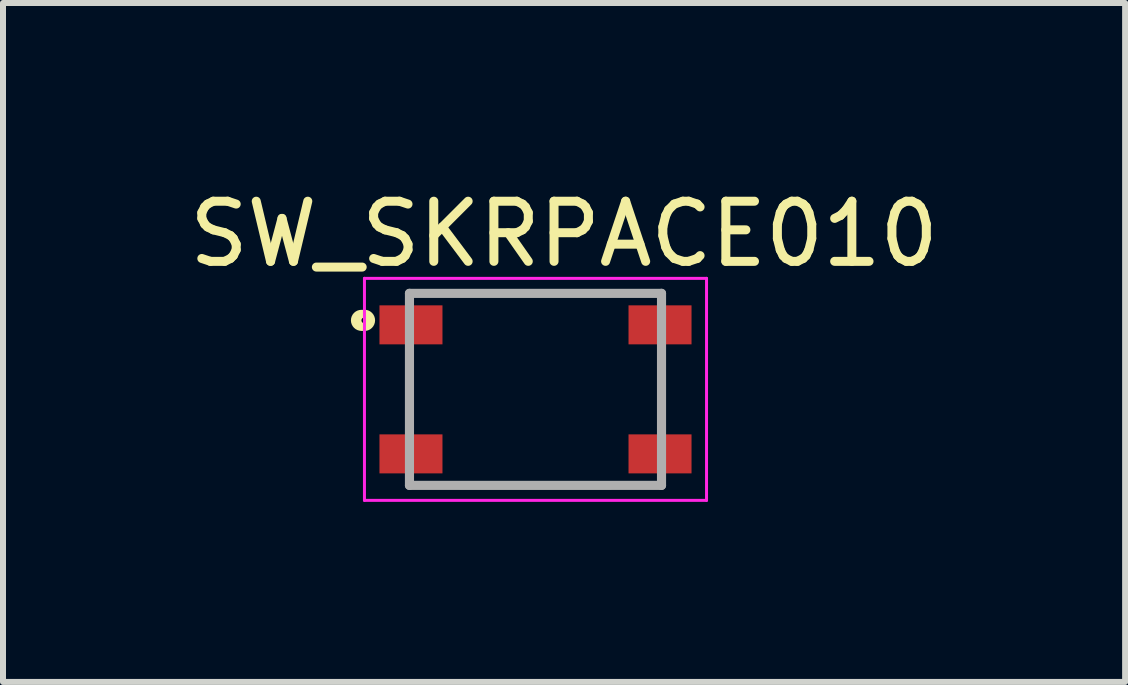
<source format=kicad_pcb>
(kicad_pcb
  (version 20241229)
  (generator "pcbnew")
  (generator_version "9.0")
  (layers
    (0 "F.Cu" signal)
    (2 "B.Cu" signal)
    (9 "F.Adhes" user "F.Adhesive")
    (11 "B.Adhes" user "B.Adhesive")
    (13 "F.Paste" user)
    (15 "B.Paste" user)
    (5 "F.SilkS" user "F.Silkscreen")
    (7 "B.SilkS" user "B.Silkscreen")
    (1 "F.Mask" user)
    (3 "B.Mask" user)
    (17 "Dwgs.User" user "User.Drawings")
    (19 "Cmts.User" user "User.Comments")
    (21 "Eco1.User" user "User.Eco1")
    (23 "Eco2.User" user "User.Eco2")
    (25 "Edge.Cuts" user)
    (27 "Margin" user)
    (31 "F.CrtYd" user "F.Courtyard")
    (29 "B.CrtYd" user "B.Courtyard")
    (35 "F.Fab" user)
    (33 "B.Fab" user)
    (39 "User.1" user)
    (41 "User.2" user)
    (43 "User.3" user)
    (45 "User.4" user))
  (footprint "SW_SKRPACE010"
    (layer "F.Cu")
    (at 5.873 3.438)
    (property "Reference" "SW_SKRPACE010" (at 0.476 -2.589 0) (layer "F.SilkS") (effects (font (size 1.002 1.002) (thickness 0.15))))
    (attr smd)
    (fp_line (start -2.1 -0.5) (end -2.1 0.5) (stroke (width 0.127) (type solid)) (layer "F.SilkS"))
    (fp_line (start -1.25 -1.6) (end 1.25 -1.6) (stroke (width 0.127) (type solid)) (layer "F.SilkS"))
    (fp_line (start -1.25 1.6) (end 1.25 1.6) (stroke (width 0.127) (type solid)) (layer "F.SilkS"))
    (fp_line (start 2.1 -0.5) (end 2.1 0.5) (stroke (width 0.127) (type solid)) (layer "F.SilkS"))
    (fp_circle (center -2.9 -1.15) (end -2.788 -1.15) (stroke (width 0.127) (type solid)) (fill no) (layer "F.SilkS"))
    (fp_circle (center -2.85 -1.15) (end -2.8 -1.15) (stroke (width 0.127) (type solid)) (fill no) (layer "F.SilkS"))
    (fp_line (start -2.85 -1.85) (end 2.85 -1.85) (stroke (width 0.05) (type solid)) (layer "F.CrtYd"))
    (fp_line (start -2.85 1.85) (end -2.85 -1.85) (stroke (width 0.05) (type solid)) (layer "F.CrtYd"))
    (fp_line (start 2.85 -1.85) (end 2.85 1.85) (stroke (width 0.05) (type solid)) (layer "F.CrtYd"))
    (fp_line (start 2.85 1.85) (end -2.85 1.85) (stroke (width 0.05) (type solid)) (layer "F.CrtYd"))
    (fp_line (start -2.1 -1.6) (end 2.1 -1.6) (stroke (width 0.152) (type solid)) (layer "F.Fab"))
    (fp_line (start -2.1 1.6) (end -2.1 -1.6) (stroke (width 0.152) (type solid)) (layer "F.Fab"))
    (fp_line (start 2.1 -1.6) (end 2.1 1.6) (stroke (width 0.152) (type solid)) (layer "F.Fab"))
    (fp_line (start 2.1 1.6) (end -2.1 1.6) (stroke (width 0.152) (type solid)) (layer "F.Fab"))
    (pad "1" smd rect (at -2.075 -1.075) (size 1.05 0.65) (layers "F.Cu" "F.Mask" "F.Paste"))
    (pad "2" smd rect (at 2.075 -1.075) (size 1.05 0.65) (layers "F.Cu" "F.Mask" "F.Paste"))
    (pad "3" smd rect (at -2.075 1.075) (size 1.05 0.65) (layers "F.Cu" "F.Mask" "F.Paste"))
    (pad "4" smd rect (at 2.075 1.075) (size 1.05 0.65) (layers "F.Cu" "F.Mask" "F.Paste")))
  (gr_rect
    (start -3 -3)
    (end 15.698 8.313)
    (stroke (width 0.1) (type default))
    (fill no)
    (layer "Edge.Cuts")))
</source>
